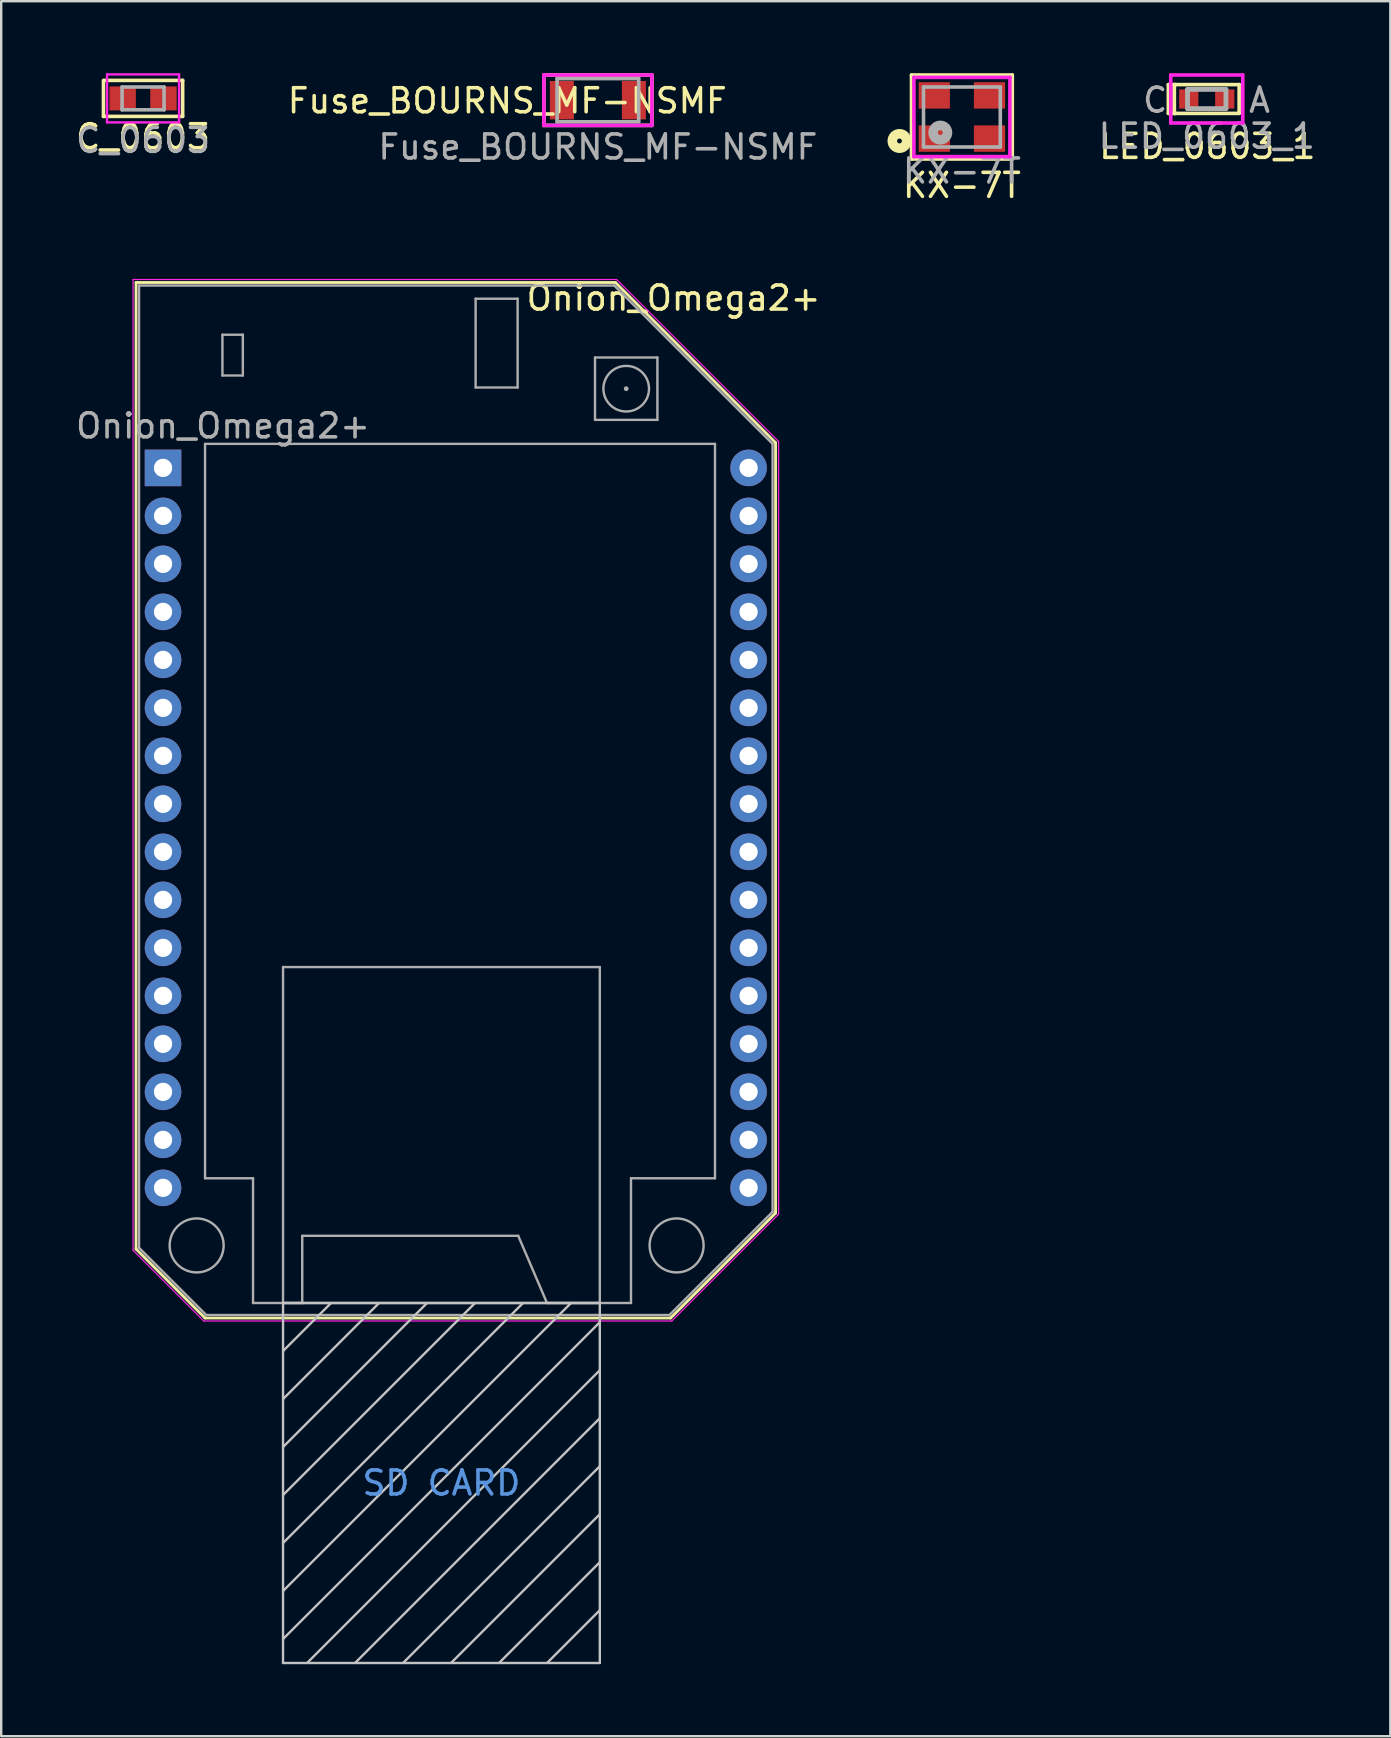
<source format=kicad_pcb>
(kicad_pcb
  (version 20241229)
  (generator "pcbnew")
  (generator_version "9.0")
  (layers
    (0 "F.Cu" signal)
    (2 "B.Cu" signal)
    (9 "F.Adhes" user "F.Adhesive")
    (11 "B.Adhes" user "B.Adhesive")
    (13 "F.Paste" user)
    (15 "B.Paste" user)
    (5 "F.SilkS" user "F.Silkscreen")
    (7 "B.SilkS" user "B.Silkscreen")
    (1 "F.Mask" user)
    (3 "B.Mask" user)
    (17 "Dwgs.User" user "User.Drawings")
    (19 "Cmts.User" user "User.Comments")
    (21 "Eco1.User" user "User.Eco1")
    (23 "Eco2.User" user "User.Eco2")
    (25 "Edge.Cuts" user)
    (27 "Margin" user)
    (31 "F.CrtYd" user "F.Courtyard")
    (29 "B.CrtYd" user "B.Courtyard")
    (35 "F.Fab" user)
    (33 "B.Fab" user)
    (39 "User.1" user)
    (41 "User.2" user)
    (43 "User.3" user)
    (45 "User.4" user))
  (footprint "KX-7T"
    (layer "F.Cu")
    (at 37.032 1.825)
    (property "Reference" "KX-7T" (at 0 2.85 0) (layer "F.SilkS") (effects (font (size 1 1) (thickness 0.15))))
    (attr through_hole)
    (fp_line (start -2.1 -1.75) (end -2.1 1.7) (stroke (width 0.15) (type solid)) (layer "F.SilkS"))
    (fp_line (start -2.1 1.7) (end -2.1 1.75) (stroke (width 0.15) (type solid)) (layer "F.SilkS"))
    (fp_line (start -2.1 1.75) (end 2.1 1.75) (stroke (width 0.15) (type solid)) (layer "F.SilkS"))
    (fp_line (start 2.1 -1.75) (end -2.1 -1.75) (stroke (width 0.15) (type solid)) (layer "F.SilkS"))
    (fp_line (start 2.1 -1.7) (end 2.1 -1.75) (stroke (width 0.15) (type solid)) (layer "F.SilkS"))
    (fp_line (start 2.1 1.75) (end 2.1 -1.7) (stroke (width 0.15) (type solid)) (layer "F.SilkS"))
    (fp_circle (center -2.6 1) (end -2.5 1) (stroke (width 0.4) (type solid)) (fill no) (layer "F.SilkS"))
    (fp_line (start -2 -1.65) (end -2 1.65) (stroke (width 0.15) (type solid)) (layer "F.CrtYd"))
    (fp_line (start -2 1.65) (end 2 1.65) (stroke (width 0.15) (type solid)) (layer "F.CrtYd"))
    (fp_line (start 2 -1.65) (end -2 -1.65) (stroke (width 0.15) (type solid)) (layer "F.CrtYd"))
    (fp_line (start 2 1.65) (end 2 -1.65) (stroke (width 0.15) (type solid)) (layer "F.CrtYd"))
    (fp_line (start -1.6 -1.25) (end 1.6 -1.25) (stroke (width 0.15) (type solid)) (layer "F.Fab"))
    (fp_line (start -1.6 1.25) (end -1.6 -1.25) (stroke (width 0.15) (type solid)) (layer "F.Fab"))
    (fp_line (start 1.6 -1.25) (end 1.6 1.25) (stroke (width 0.15) (type solid)) (layer "F.Fab"))
    (fp_line (start 1.6 1.25) (end -1.6 1.25) (stroke (width 0.15) (type solid)) (layer "F.Fab"))
    (fp_circle (center -0.9 0.65) (end -0.8 0.65) (stroke (width 0.4) (type solid)) (fill no) (layer "F.Fab"))
    (fp_text user "${REFERENCE}" (at 0 2.25 0) (layer "F.Fab") (effects (font (size 1 1) (thickness 0.15))))
    (pad "1" smd rect (at -1.15 0.9) (size 1.3 1.1) (layers "F.Cu" "F.Mask" "F.Paste"))
    (pad "2" smd rect (at 1.15 0.9) (size 1.3 1.1) (layers "F.Cu" "F.Mask" "F.Paste"))
    (pad "3" smd rect (at 1.15 -0.9) (size 1.3 1.1) (layers "F.Cu" "F.Mask" "F.Paste"))
    (pad "4" smd rect (at -1.15 -0.9) (size 1.3 1.1) (layers "F.Cu" "F.Mask" "F.Paste")))
  (footprint "Fuse_BOURNS_MF-NSMF"
    (layer "F.Cu")
    (at 21.864 1.125)
    (property "Reference" "Fuse_BOURNS_MF-NSMF" (at -3.775 0.025 0) (layer "F.SilkS") (effects (font (size 1 1) (thickness 0.15))))
    (attr through_hole)
    (fp_line (start -2.25 -1.05) (end -2.25 1.05) (stroke (width 0.15) (type solid)) (layer "F.SilkS"))
    (fp_line (start -2.25 1.05) (end 2.25 1.05) (stroke (width 0.15) (type solid)) (layer "F.SilkS"))
    (fp_line (start 2.25 -1.05) (end -2.25 -1.05) (stroke (width 0.15) (type solid)) (layer "F.SilkS"))
    (fp_line (start 2.25 1.05) (end 2.25 -1.05) (stroke (width 0.15) (type solid)) (layer "F.SilkS"))
    (fp_line (start -2.25 -1.05) (end 2.25 -1.05) (stroke (width 0.15) (type solid)) (layer "F.CrtYd"))
    (fp_line (start -2.25 1.05) (end -2.25 -1.05) (stroke (width 0.15) (type solid)) (layer "F.CrtYd"))
    (fp_line (start 2.25 -1.05) (end 2.25 1.05) (stroke (width 0.15) (type solid)) (layer "F.CrtYd"))
    (fp_line (start 2.25 1.05) (end -2.25 1.05) (stroke (width 0.15) (type solid)) (layer "F.CrtYd"))
    (fp_line (start -1.7 -0.9) (end 1.7 -0.9) (stroke (width 0.15) (type solid)) (layer "F.Fab"))
    (fp_line (start -1.7 0.9) (end -1.7 -0.9) (stroke (width 0.15) (type solid)) (layer "F.Fab"))
    (fp_line (start 1.7 -0.9) (end 1.7 0.9) (stroke (width 0.15) (type solid)) (layer "F.Fab"))
    (fp_line (start 1.7 0.9) (end -1.7 0.9) (stroke (width 0.15) (type solid)) (layer "F.Fab"))
    (fp_text user "${REFERENCE}" (at 0 1.95 0) (layer "F.Fab") (effects (font (size 1 1) (thickness 0.15))))
    (pad "1" smd rect (at -1.5 0) (size 1 1.6) (layers "F.Cu" "F.Mask" "F.Paste"))
    (pad "2" smd rect (at 1.5 0) (size 1 1.6) (layers "F.Cu" "F.Mask" "F.Paste")))
  (footprint "C_0603"
    (layer "F.Cu")
    (at 2.911 1.05)
    (property "Reference" "C_0603" (at 0 1.6 180) (layer "F.SilkS") (effects (font (size 1 1) (thickness 0.15))))
    (attr smd)
    (fp_line (start -1.65 0.75) (end -1.65 -0.75) (stroke (width 0.15) (type solid)) (layer "F.SilkS"))
    (fp_line (start -1.6 -0.75) (end 1.65 -0.75) (stroke (width 0.15) (type solid)) (layer "F.SilkS"))
    (fp_line (start 1.65 -0.75) (end 1.65 0.75) (stroke (width 0.15) (type solid)) (layer "F.SilkS"))
    (fp_line (start 1.65 0.75) (end -1.65 0.75) (stroke (width 0.15) (type solid)) (layer "F.SilkS"))
    (fp_line (start -1.5 -1) (end 1.5 -1) (stroke (width 0.1) (type solid)) (layer "F.CrtYd"))
    (fp_line (start -1.5 1) (end -1.5 -1) (stroke (width 0.1) (type solid)) (layer "F.CrtYd"))
    (fp_line (start 1.5 -1) (end 1.5 1) (stroke (width 0.1) (type solid)) (layer "F.CrtYd"))
    (fp_line (start 1.5 1) (end -1.5 1) (stroke (width 0.1) (type solid)) (layer "F.CrtYd"))
    (fp_line (start -0.875 -0.475) (end 0.875 -0.475) (stroke (width 0.15) (type solid)) (layer "F.Fab"))
    (fp_line (start -0.875 0.475) (end -0.875 -0.475) (stroke (width 0.15) (type solid)) (layer "F.Fab"))
    (fp_line (start 0.875 -0.475) (end 0.875 0.475) (stroke (width 0.15) (type solid)) (layer "F.Fab"))
    (fp_line (start 0.875 0.475) (end -0.875 0.475) (stroke (width 0.15) (type solid)) (layer "F.Fab"))
    (fp_text user "${REFERENCE}" (at 0 1.75 180) (layer "F.Fab") (effects (font (size 1 1) (thickness 0.15))))
    (pad "1" smd rect (at -0.85 0) (size 1.1 1) (layers "F.Cu" "F.Mask" "F.Paste"))
    (pad "2" smd rect (at 0.85 0) (size 1.1 1) (layers "F.Cu" "F.Mask" "F.Paste")))
  (footprint "Onion_Omega2+"
    (layer "F.Cu")
    (at 3.744 16.447)
    (property "Reference" "Onion_Omega2+" (at 21.275 -7.075 0) (layer "F.SilkS") (effects (font (size 1 1) (thickness 0.15))))
    (attr through_hole)
    (fp_line (start -1.125 -7.725) (end -1.125 32.55) (stroke (width 0.12) (type solid)) (layer "F.SilkS"))
    (fp_line (start -1.125 32.55) (end 1.75 35.425) (stroke (width 0.12) (type solid)) (layer "F.SilkS"))
    (fp_line (start 1.75 35.425) (end 21.15 35.425) (stroke (width 0.12) (type solid)) (layer "F.SilkS"))
    (fp_line (start 18.85 -7.725) (end -1.125 -7.725) (stroke (width 0.12) (type solid)) (layer "F.SilkS"))
    (fp_line (start 21.15 35.425) (end 25.525 31.05) (stroke (width 0.12) (type solid)) (layer "F.SilkS"))
    (fp_line (start 25.525 -1.05) (end 18.85 -7.725) (stroke (width 0.12) (type solid)) (layer "F.SilkS"))
    (fp_line (start 25.525 31.05) (end 25.525 -1.05) (stroke (width 0.12) (type solid)) (layer "F.SilkS"))
    (fp_line (start 5 34.8) (end 5 49.8) (stroke (width 0.1) (type solid)) (layer "Dwgs.User"))
    (fp_line (start 5 34.8) (end 18.2 34.8) (stroke (width 0.1) (type solid)) (layer "Dwgs.User"))
    (fp_line (start 5 36.8) (end 7 34.8) (stroke (width 0.1) (type solid)) (layer "Dwgs.User"))
    (fp_line (start 5 38.8) (end 9 34.8) (stroke (width 0.1) (type solid)) (layer "Dwgs.User"))
    (fp_line (start 5 40.8) (end 11 34.8) (stroke (width 0.1) (type solid)) (layer "Dwgs.User"))
    (fp_line (start 5 42.8) (end 13 34.8) (stroke (width 0.1) (type solid)) (layer "Dwgs.User"))
    (fp_line (start 5 44.8) (end 15 34.8) (stroke (width 0.1) (type solid)) (layer "Dwgs.User"))
    (fp_line (start 5 46.8) (end 17 34.8) (stroke (width 0.1) (type solid)) (layer "Dwgs.User"))
    (fp_line (start 5 48.8) (end 18.2 35.6) (stroke (width 0.1) (type solid)) (layer "Dwgs.User"))
    (fp_line (start 5 49.8) (end 18.2 49.8) (stroke (width 0.1) (type solid)) (layer "Dwgs.User"))
    (fp_line (start 6 49.8) (end 18.2 37.6) (stroke (width 0.1) (type solid)) (layer "Dwgs.User"))
    (fp_line (start 10 49.8) (end 18.2 41.6) (stroke (width 0.1) (type solid)) (layer "Dwgs.User"))
    (fp_line (start 12 49.8) (end 18.2 43.6) (stroke (width 0.1) (type solid)) (layer "Dwgs.User"))
    (fp_line (start 14 49.8) (end 18.2 45.6) (stroke (width 0.1) (type solid)) (layer "Dwgs.User"))
    (fp_line (start 16 49.8) (end 18.2 47.6) (stroke (width 0.1) (type solid)) (layer "Dwgs.User"))
    (fp_line (start 18.2 34.8) (end 18.2 49.8) (stroke (width 0.1) (type solid)) (layer "Dwgs.User"))
    (fp_line (start 18.2 39.6) (end 8 49.8) (stroke (width 0.1) (type solid)) (layer "Dwgs.User"))
    (fp_line (start -1.25 -7.85) (end -1.25 32.6) (stroke (width 0.05) (type solid)) (layer "F.CrtYd"))
    (fp_line (start -1.25 -7.85) (end 18.9 -7.85) (stroke (width 0.05) (type solid)) (layer "F.CrtYd"))
    (fp_line (start -1.25 32.6) (end 1.7 35.55) (stroke (width 0.05) (type solid)) (layer "F.CrtYd"))
    (fp_line (start 1.7 35.55) (end 21.2 35.55) (stroke (width 0.05) (type solid)) (layer "F.CrtYd"))
    (fp_line (start 18.9 -7.85) (end 25.65 -1.1) (stroke (width 0.05) (type solid)) (layer "F.CrtYd"))
    (fp_line (start 21.2 35.55) (end 25.65 31.1) (stroke (width 0.05) (type solid)) (layer "F.CrtYd"))
    (fp_line (start 25.65 -1.1) (end 25.65 31.1) (stroke (width 0.05) (type solid)) (layer "F.CrtYd"))
    (fp_line (start -1 -7.6) (end -1 32.5) (stroke (width 0.1) (type solid)) (layer "F.Fab"))
    (fp_line (start -1 32.5) (end 1.8 35.3) (stroke (width 0.1) (type solid)) (layer "F.Fab"))
    (fp_line (start 1.75 29.6) (end 1.75 -1) (stroke (width 0.1) (type solid)) (layer "F.Fab"))
    (fp_line (start 1.75 29.6) (end 3.75 29.6) (stroke (width 0.1) (type solid)) (layer "F.Fab"))
    (fp_line (start 1.8 35.3) (end 21.1 35.3) (stroke (width 0.1) (type solid)) (layer "F.Fab"))
    (fp_line (start 2.475 -5.55) (end 2.475 -3.85) (stroke (width 0.1) (type solid)) (layer "F.Fab"))
    (fp_line (start 2.475 -3.85) (end 3.325 -3.85) (stroke (width 0.1) (type solid)) (layer "F.Fab"))
    (fp_line (start 3.325 -5.55) (end 2.475 -5.55) (stroke (width 0.1) (type solid)) (layer "F.Fab"))
    (fp_line (start 3.325 -3.85) (end 3.325 -5.55) (stroke (width 0.1) (type solid)) (layer "F.Fab"))
    (fp_line (start 3.75 29.6) (end 3.75 34.8) (stroke (width 0.1) (type solid)) (layer "F.Fab"))
    (fp_line (start 3.75 34.8) (end 19.5 34.8) (stroke (width 0.1) (type solid)) (layer "F.Fab"))
    (fp_line (start 5 20.8) (end 5 34.8) (stroke (width 0.1) (type solid)) (layer "F.Fab"))
    (fp_line (start 5 20.8) (end 18.2 20.8) (stroke (width 0.1) (type solid)) (layer "F.Fab"))
    (fp_line (start 5 34.8) (end 5.8 34.8) (stroke (width 0.1) (type solid)) (layer "F.Fab"))
    (fp_line (start 5.8 32) (end 14.8 32) (stroke (width 0.1) (type solid)) (layer "F.Fab"))
    (fp_line (start 5.8 34.8) (end 5.8 32) (stroke (width 0.1) (type solid)) (layer "F.Fab"))
    (fp_line (start 13.025 -7.05) (end 13.025 -3.35) (stroke (width 0.1) (type solid)) (layer "F.Fab"))
    (fp_line (start 13.025 -3.35) (end 14.775 -3.35) (stroke (width 0.1) (type solid)) (layer "F.Fab"))
    (fp_line (start 14.775 -7.05) (end 13.025 -7.05) (stroke (width 0.1) (type solid)) (layer "F.Fab"))
    (fp_line (start 14.775 -3.35) (end 14.775 -7.05) (stroke (width 0.1) (type solid)) (layer "F.Fab"))
    (fp_line (start 14.8 32) (end 16 34.8) (stroke (width 0.1) (type solid)) (layer "F.Fab"))
    (fp_line (start 16 34.8) (end 18.2 34.8) (stroke (width 0.1) (type solid)) (layer "F.Fab"))
    (fp_line (start 18 -4.6) (end 18 -2) (stroke (width 0.1) (type solid)) (layer "F.Fab"))
    (fp_line (start 18 -2) (end 20.6 -2) (stroke (width 0.1) (type solid)) (layer "F.Fab"))
    (fp_line (start 18.2 20.8) (end 18.2 34.8) (stroke (width 0.1) (type solid)) (layer "F.Fab"))
    (fp_line (start 18.8 -7.6) (end -1 -7.6) (stroke (width 0.1) (type solid)) (layer "F.Fab"))
    (fp_line (start 18.8 -7.6) (end 25.4 -1) (stroke (width 0.1) (type solid)) (layer "F.Fab"))
    (fp_line (start 19.5 29.6) (end 23 29.6) (stroke (width 0.1) (type solid)) (layer "F.Fab"))
    (fp_line (start 19.5 34.8) (end 19.5 29.6) (stroke (width 0.1) (type solid)) (layer "F.Fab"))
    (fp_line (start 20.6 -4.6) (end 18 -4.6) (stroke (width 0.1) (type solid)) (layer "F.Fab"))
    (fp_line (start 20.6 -2) (end 20.6 -4.6) (stroke (width 0.1) (type solid)) (layer "F.Fab"))
    (fp_line (start 23 -1) (end 1.75 -1) (stroke (width 0.1) (type solid)) (layer "F.Fab"))
    (fp_line (start 23 -1) (end 23 29.6) (stroke (width 0.1) (type solid)) (layer "F.Fab"))
    (fp_line (start 25.4 31) (end 21.1 35.3) (stroke (width 0.1) (type solid)) (layer "F.Fab"))
    (fp_line (start 25.4 31) (end 25.4 -1) (stroke (width 0.1) (type solid)) (layer "F.Fab"))
    (fp_circle (center 1.4 32.4) (end 2.525 32.4) (stroke (width 0.1) (type solid)) (fill no) (layer "F.Fab"))
    (fp_circle (center 19.3 -3.3) (end 19.35 -3.3) (stroke (width 0.1) (type solid)) (fill no) (layer "F.Fab"))
    (fp_circle (center 19.3 -3.3) (end 20.25 -3.3) (stroke (width 0.1) (type solid)) (fill no) (layer "F.Fab"))
    (fp_circle (center 21.4 32.4) (end 22.525 32.4) (stroke (width 0.1) (type solid)) (fill no) (layer "F.Fab"))
    (fp_text user "SD CARD" (at 11.6 42.3 0) (layer "Cmts.User") (effects (font (size 1 1) (thickness 0.15))))
    (fp_text user "${REFERENCE}" (at 2.5 -1.75 0) (layer "F.Fab") (effects (font (size 1 1) (thickness 0.15))))
    (pad "1" thru_hole rect (at 0 0) (size 1.524 1.524) (drill 0.762) (layers "*.Cu" "*.Mask"))
    (pad "2" thru_hole circle (at 0 2) (size 1.524 1.524) (drill 0.762) (layers "*.Cu" "*.Mask"))
    (pad "3" thru_hole circle (at 0 4) (size 1.524 1.524) (drill 0.762) (layers "*.Cu" "*.Mask"))
    (pad "4" thru_hole circle (at 0 6) (size 1.524 1.524) (drill 0.762) (layers "*.Cu" "*.Mask"))
    (pad "5" thru_hole circle (at 0 8) (size 1.524 1.524) (drill 0.762) (layers "*.Cu" "*.Mask"))
    (pad "6" thru_hole circle (at 0 10) (size 1.524 1.524) (drill 0.762) (layers "*.Cu" "*.Mask"))
    (pad "7" thru_hole circle (at 0 12) (size 1.524 1.524) (drill 0.762) (layers "*.Cu" "*.Mask"))
    (pad "8" thru_hole circle (at 0 14) (size 1.524 1.524) (drill 0.762) (layers "*.Cu" "*.Mask"))
    (pad "9" thru_hole circle (at 0 16) (size 1.524 1.524) (drill 0.762) (layers "*.Cu" "*.Mask"))
    (pad "10" thru_hole circle (at 0 18) (size 1.524 1.524) (drill 0.762) (layers "*.Cu" "*.Mask"))
    (pad "11" thru_hole circle (at 0 20) (size 1.524 1.524) (drill 0.762) (layers "*.Cu" "*.Mask"))
    (pad "12" thru_hole circle (at 0 22) (size 1.524 1.524) (drill 0.762) (layers "*.Cu" "*.Mask"))
    (pad "13" thru_hole circle (at 0 24) (size 1.524 1.524) (drill 0.762) (layers "*.Cu" "*.Mask"))
    (pad "14" thru_hole circle (at 0 26) (size 1.524 1.524) (drill 0.762) (layers "*.Cu" "*.Mask"))
    (pad "15" thru_hole circle (at 0 28) (size 1.524 1.524) (drill 0.762) (layers "*.Cu" "*.Mask"))
    (pad "16" thru_hole circle (at 0 30) (size 1.524 1.524) (drill 0.762) (layers "*.Cu" "*.Mask"))
    (pad "17" thru_hole circle (at 24.4 30) (size 1.524 1.524) (drill 0.762) (layers "*.Cu" "*.Mask"))
    (pad "18" thru_hole circle (at 24.4 28) (size 1.524 1.524) (drill 0.762) (layers "*.Cu" "*.Mask"))
    (pad "19" thru_hole circle (at 24.4 26) (size 1.524 1.524) (drill 0.762) (layers "*.Cu" "*.Mask"))
    (pad "20" thru_hole circle (at 24.4 24) (size 1.524 1.524) (drill 0.762) (layers "*.Cu" "*.Mask"))
    (pad "21" thru_hole circle (at 24.4 22) (size 1.524 1.524) (drill 0.762) (layers "*.Cu" "*.Mask"))
    (pad "22" thru_hole circle (at 24.4 20) (size 1.524 1.524) (drill 0.762) (layers "*.Cu" "*.Mask"))
    (pad "23" thru_hole circle (at 24.4 18) (size 1.524 1.524) (drill 0.762) (layers "*.Cu" "*.Mask"))
    (pad "24" thru_hole circle (at 24.4 16) (size 1.524 1.524) (drill 0.762) (layers "*.Cu" "*.Mask"))
    (pad "25" thru_hole circle (at 24.4 14) (size 1.524 1.524) (drill 0.762) (layers "*.Cu" "*.Mask"))
    (pad "26" thru_hole circle (at 24.4 12) (size 1.524 1.524) (drill 0.762) (layers "*.Cu" "*.Mask"))
    (pad "27" thru_hole circle (at 24.4 10) (size 1.524 1.524) (drill 0.762) (layers "*.Cu" "*.Mask"))
    (pad "28" thru_hole circle (at 24.4 8) (size 1.524 1.524) (drill 0.762) (layers "*.Cu" "*.Mask"))
    (pad "29" thru_hole circle (at 24.4 6) (size 1.524 1.524) (drill 0.762) (layers "*.Cu" "*.Mask"))
    (pad "30" thru_hole circle (at 24.4 4) (size 1.524 1.524) (drill 0.762) (layers "*.Cu" "*.Mask"))
    (pad "31" thru_hole circle (at 24.4 2) (size 1.524 1.524) (drill 0.762) (layers "*.Cu" "*.Mask"))
    (pad "32" thru_hole circle (at 24.4 0) (size 1.524 1.524) (drill 0.762) (layers "*.Cu" "*.Mask")))
  (footprint "LED_0603_1"
    (layer "F.Cu")
    (at 47.235 1.075)
    (property "Reference" "LED_0603_1" (at 0.025 1.975 0) (layer "F.SilkS") (effects (font (size 1 1) (thickness 0.15))))
    (attr through_hole)
    (fp_line (start -1.6 -0.6) (end -1.6 0.6) (stroke (width 0.15) (type solid)) (layer "F.SilkS"))
    (fp_line (start -1.6 -0.6) (end -1.3 -0.6) (stroke (width 0.15) (type solid)) (layer "F.SilkS"))
    (fp_line (start -1.6 0.6) (end -1.3 0.6) (stroke (width 0.15) (type solid)) (layer "F.SilkS"))
    (fp_line (start -1.5 -0.6) (end -1.5 0.5) (stroke (width 0.15) (type solid)) (layer "F.SilkS"))
    (fp_line (start -1.5 0.5) (end -1.5 0.6) (stroke (width 0.15) (type solid)) (layer "F.SilkS"))
    (fp_line (start -1.35 -0.6) (end -1.35 0.6) (stroke (width 0.15) (type solid)) (layer "F.SilkS"))
    (fp_line (start -1.35 0.6) (end 1.35 0.6) (stroke (width 0.15) (type solid)) (layer "F.SilkS"))
    (fp_line (start 1.35 -0.6) (end -1.35 -0.6) (stroke (width 0.15) (type solid)) (layer "F.SilkS"))
    (fp_line (start 1.35 0.6) (end 1.35 -0.6) (stroke (width 0.15) (type solid)) (layer "F.SilkS"))
    (fp_line (start -1.5 -1) (end 1.5 -1) (stroke (width 0.15) (type solid)) (layer "F.CrtYd"))
    (fp_line (start -1.5 1) (end -1.5 -1) (stroke (width 0.15) (type solid)) (layer "F.CrtYd"))
    (fp_line (start 1.5 -1) (end 1.5 1) (stroke (width 0.15) (type solid)) (layer "F.CrtYd"))
    (fp_line (start 1.5 1) (end -1.5 1) (stroke (width 0.15) (type solid)) (layer "F.CrtYd"))
    (fp_line (start -0.8 -0.4) (end 0.8 -0.4) (stroke (width 0.2) (type solid)) (layer "F.Fab"))
    (fp_line (start -0.8 0.4) (end -0.8 -0.4) (stroke (width 0.2) (type solid)) (layer "F.Fab"))
    (fp_line (start 0.8 -0.4) (end 0.8 0.4) (stroke (width 0.2) (type solid)) (layer "F.Fab"))
    (fp_line (start 0.8 0.4) (end -0.8 0.4) (stroke (width 0.2) (type solid)) (layer "F.Fab"))
    (fp_text user "A" (at 2.2 0.05 0) (layer "F.Fab") (effects (font (size 1 1) (thickness 0.15))))
    (fp_text user "C" (at -2.15 0.05 0) (layer "F.Fab") (effects (font (size 1 1) (thickness 0.15))))
    (fp_text user "${REFERENCE}" (at 0 1.55 0) (layer "F.Fab") (effects (font (size 1 1) (thickness 0.15))))
    (pad "1" smd rect (at -0.75 0) (size 0.8 0.8) (layers "F.Cu" "F.Mask" "F.Paste"))
    (pad "2" smd rect (at 0.75 0) (size 0.8 0.8) (layers "F.Cu" "F.Mask" "F.Paste")))
  (gr_rect
    (start -3 -3)
    (end 54.885 69.296)
    (stroke (width 0.1) (type default))
    (fill no)
    (layer "Edge.Cuts")))
</source>
